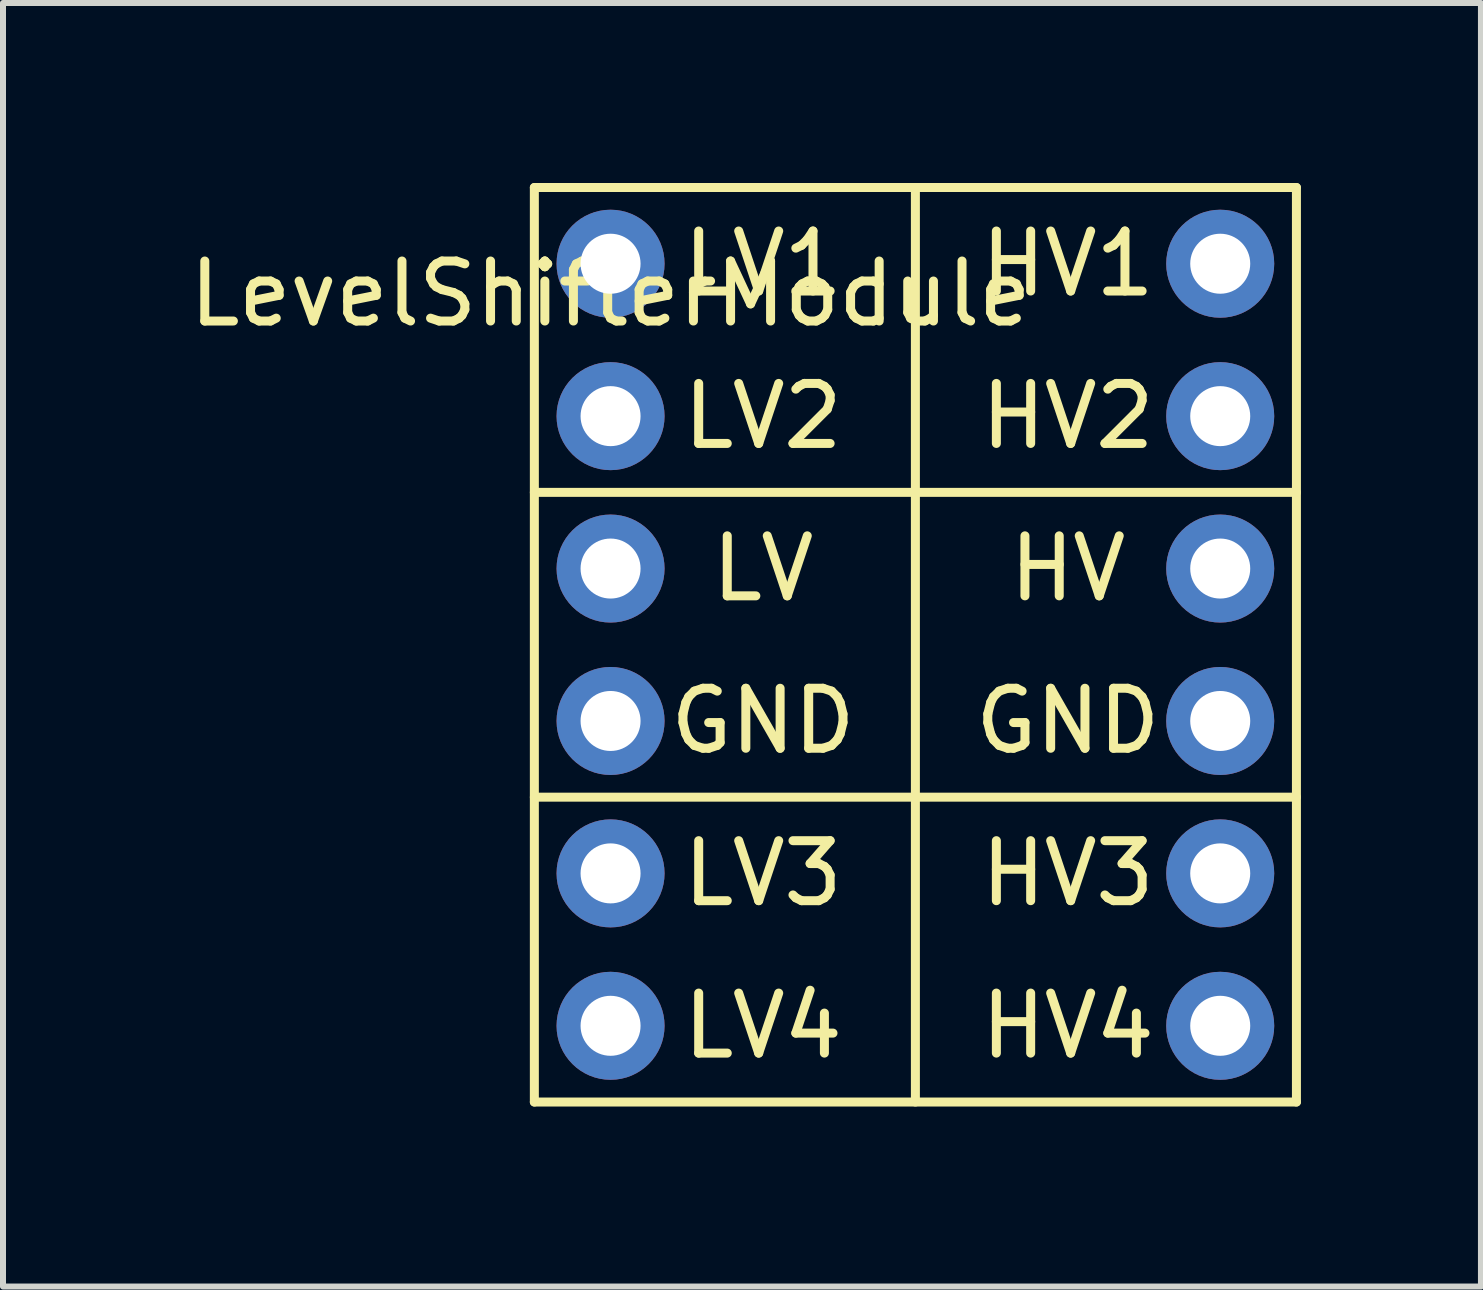
<source format=kicad_pcb>
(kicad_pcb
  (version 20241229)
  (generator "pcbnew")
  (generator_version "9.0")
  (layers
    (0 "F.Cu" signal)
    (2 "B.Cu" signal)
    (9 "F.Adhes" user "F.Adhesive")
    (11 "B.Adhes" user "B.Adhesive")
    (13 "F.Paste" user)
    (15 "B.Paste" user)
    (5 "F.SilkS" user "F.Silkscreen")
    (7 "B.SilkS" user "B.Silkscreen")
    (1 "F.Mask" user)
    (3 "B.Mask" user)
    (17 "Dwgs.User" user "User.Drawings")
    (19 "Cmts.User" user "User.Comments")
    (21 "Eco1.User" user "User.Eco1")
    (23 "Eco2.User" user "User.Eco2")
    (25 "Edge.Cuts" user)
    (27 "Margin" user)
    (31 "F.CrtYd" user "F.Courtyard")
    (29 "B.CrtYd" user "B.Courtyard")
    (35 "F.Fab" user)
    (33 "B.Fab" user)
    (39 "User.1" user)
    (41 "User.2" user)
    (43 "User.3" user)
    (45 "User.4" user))
  (footprint "LevelShifterModule"
    (layer "F.Cu")
    (at 7.125 1.345)
    (property "Reference" "LevelShifterModule" (at 0 0.5 0) (layer "F.SilkS") (effects (font (size 1 1) (thickness 0.15))))
    (attr through_hole)
    (fp_line (start -1.27 -1.27) (end 11.43 -1.27) (stroke (width 0.15) (type solid)) (layer "F.SilkS"))
    (fp_line (start -1.27 3.81) (end 11.43 3.81) (stroke (width 0.15) (type solid)) (layer "F.SilkS"))
    (fp_line (start -1.27 8.89) (end 11.43 8.89) (stroke (width 0.15) (type solid)) (layer "F.SilkS"))
    (fp_line (start -1.27 13.97) (end -1.27 -1.27) (stroke (width 0.15) (type solid)) (layer "F.SilkS"))
    (fp_line (start 5.08 -1.27) (end 5.08 13.97) (stroke (width 0.15) (type solid)) (layer "F.SilkS"))
    (fp_line (start 11.43 -1.27) (end 11.43 13.97) (stroke (width 0.15) (type solid)) (layer "F.SilkS"))
    (fp_line (start 11.43 13.97) (end -1.27 13.97) (stroke (width 0.15) (type solid)) (layer "F.SilkS"))
    (fp_text user "HV" (at 7.62 5.08 0) (layer "F.SilkS") (effects (font (size 1 1) (thickness 0.15))))
    (fp_text user "LV1" (at 2.54 0 0) (layer "F.SilkS") (effects (font (size 1 1) (thickness 0.15))))
    (fp_text user "LV" (at 2.54 5.08 0) (layer "F.SilkS") (effects (font (size 1 1) (thickness 0.15))))
    (fp_text user "HV2" (at 7.62 2.54 0) (layer "F.SilkS") (effects (font (size 1 1) (thickness 0.15))))
    (fp_text user "HV3" (at 7.62 10.16 0) (layer "F.SilkS") (effects (font (size 1 1) (thickness 0.15))))
    (fp_text user "LV2" (at 2.54 2.54 0) (layer "F.SilkS") (effects (font (size 1 1) (thickness 0.15))))
    (fp_text user "LV4" (at 2.54 12.7 0) (layer "F.SilkS") (effects (font (size 1 1) (thickness 0.15))))
    (fp_text user "HV4" (at 7.62 12.7 0) (layer "F.SilkS") (effects (font (size 1 1) (thickness 0.15))))
    (fp_text user "GND" (at 7.62 7.62 0) (layer "F.SilkS") (effects (font (size 1 1) (thickness 0.15))))
    (fp_text user "HV1" (at 7.62 0 0) (layer "F.SilkS") (effects (font (size 1 1) (thickness 0.15))))
    (fp_text user "LV3" (at 2.54 10.16 0) (layer "F.SilkS") (effects (font (size 1 1) (thickness 0.15))))
    (fp_text user "GND" (at 2.54 7.62 0) (layer "F.SilkS") (effects (font (size 1 1) (thickness 0.15))))
    (pad "1" thru_hole circle (at 0 0) (size 1.8 1.8) (drill 1) (layers "*.Cu" "*.Mask"))
    (pad "2" thru_hole circle (at 0 2.54) (size 1.8 1.8) (drill 1) (layers "*.Cu" "*.Mask"))
    (pad "3" thru_hole circle (at 0 5.08) (size 1.8 1.8) (drill 1) (layers "*.Cu" "*.Mask"))
    (pad "4" thru_hole circle (at 0 7.62) (size 1.8 1.8) (drill 1) (layers "*.Cu" "*.Mask"))
    (pad "5" thru_hole circle (at 0 10.16) (size 1.8 1.8) (drill 1) (layers "*.Cu" "*.Mask"))
    (pad "6" thru_hole circle (at 0 12.7) (size 1.8 1.8) (drill 1) (layers "*.Cu" "*.Mask"))
    (pad "7" thru_hole circle (at 10.16 12.7) (size 1.8 1.8) (drill 1) (layers "*.Cu" "*.Mask"))
    (pad "8" thru_hole circle (at 10.16 10.16) (size 1.8 1.8) (drill 1) (layers "*.Cu" "*.Mask"))
    (pad "9" thru_hole circle (at 10.16 7.62) (size 1.8 1.8) (drill 1) (layers "*.Cu" "*.Mask"))
    (pad "10" thru_hole circle (at 10.16 5.08) (size 1.8 1.8) (drill 1) (layers "*.Cu" "*.Mask"))
    (pad "11" thru_hole circle (at 10.16 2.54) (size 1.8 1.8) (drill 1) (layers "*.Cu" "*.Mask"))
    (pad "12" thru_hole circle (at 10.16 0) (size 1.8 1.8) (drill 1) (layers "*.Cu" "*.Mask")))
  (gr_rect
    (start -3 -3)
    (end 21.63 18.39)
    (stroke (width 0.1) (type default))
    (fill no)
    (layer "Edge.Cuts")))
</source>
